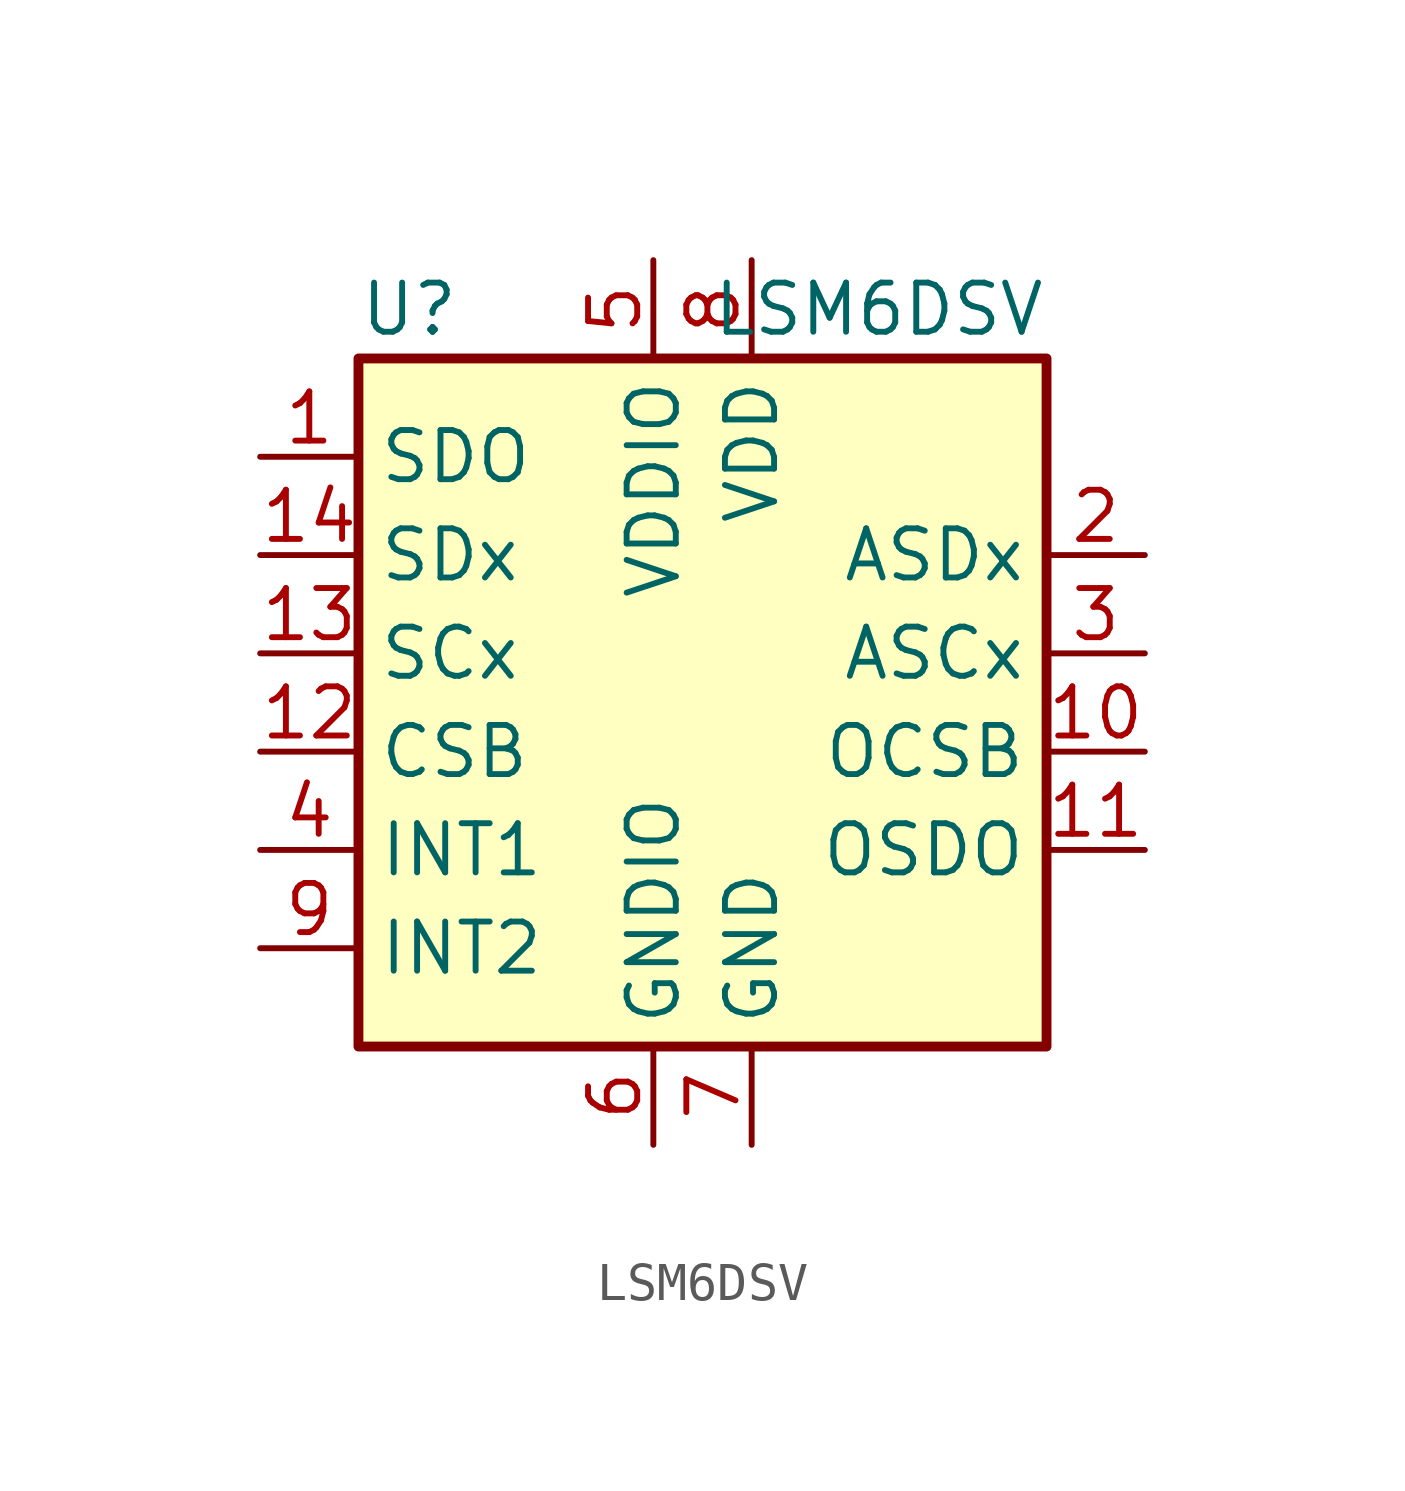
<source format=kicad_sym>
(kicad_symbol_lib
  (version 20220914)
  (generator kicad_symbol_editor)
  (symbol "LSM6DSV"
    (property "Reference" "U"
      (at -10.16 8.89 0)
      (effects (font (size 1.27 1.27)) (justify left)))
    (property "Value" "LSM6DSV"
      (at 7.62 8.89 0)
      (effects (font (size 1.27 1.27)) (justify right)))
    (symbol "LSM6DSV_1_1"
      (rectangle (start -10.16 7.62) (end 7.62 -10.16) (stroke (width 0.254) (type default)) (fill (type background)))
      (pin bidirectional line (at -12.7 5.08 0) (length 2.54) (name "SDO" (effects (font (size 1.27 1.27)))) (number "1" (effects (font (size 1.27 1.27)))))
      (pin bidirectional line (at 10.16 -2.54 180) (length 2.54) (name "OCSB" (effects (font (size 1.27 1.27)))) (number "10" (effects (font (size 1.27 1.27)))))
      (pin bidirectional line (at 10.16 -5.08 180) (length 2.54) (name "OSDO" (effects (font (size 1.27 1.27)))) (number "11" (effects (font (size 1.27 1.27)))))
      (pin input line (at -12.7 -2.54 0) (length 2.54) (name "CSB" (effects (font (size 1.27 1.27)))) (number "12" (effects (font (size 1.27 1.27)))))
      (pin input line (at -12.7 0 0) (length 2.54) (name "SCx" (effects (font (size 1.27 1.27)))) (number "13" (effects (font (size 1.27 1.27)))))
      (pin bidirectional line (at -12.7 2.54 0) (length 2.54) (name "SDx" (effects (font (size 1.27 1.27)))) (number "14" (effects (font (size 1.27 1.27)))))
      (pin bidirectional line (at 10.16 2.54 180) (length 2.54) (name "ASDx" (effects (font (size 1.27 1.27)))) (number "2" (effects (font (size 1.27 1.27)))))
      (pin output line (at 10.16 0 180) (length 2.54) (name "ASCx" (effects (font (size 1.27 1.27)))) (number "3" (effects (font (size 1.27 1.27)))))
      (pin bidirectional line (at -12.7 -5.08 0) (length 2.54) (name "INT1" (effects (font (size 1.27 1.27)))) (number "4" (effects (font (size 1.27 1.27)))))
      (pin power_in line (at -2.54 10.16 270) (length 2.54) (name "VDDIO" (effects (font (size 1.27 1.27)))) (number "5" (effects (font (size 1.27 1.27)))))
      (pin power_in line (at -2.54 -12.7 90) (length 2.54) (name "GNDIO" (effects (font (size 1.27 1.27)))) (number "6" (effects (font (size 1.27 1.27)))))
      (pin power_in line (at 0 -12.7 90) (length 2.54) (name "GND" (effects (font (size 1.27 1.27)))) (number "7" (effects (font (size 1.27 1.27)))))
      (pin power_in line (at 0 10.16 270) (length 2.54) (name "VDD" (effects (font (size 1.27 1.27)))) (number "8" (effects (font (size 1.27 1.27)))))
      (pin bidirectional line (at -12.7 -7.62 0) (length 2.54) (name "INT2" (effects (font (size 1.27 1.27)))) (number "9" (effects (font (size 1.27 1.27))))))))
</source>
